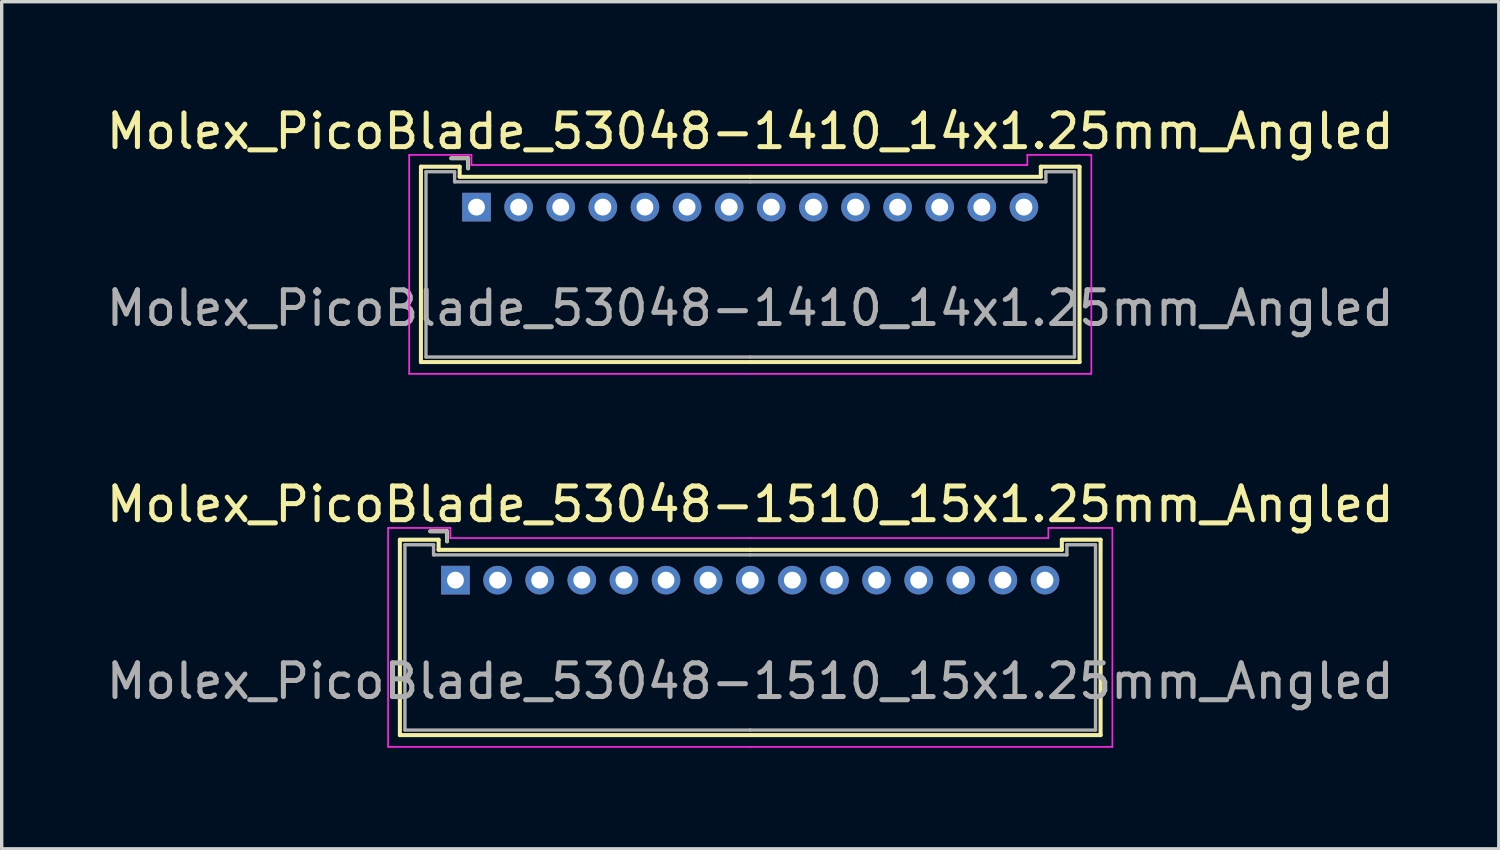
<source format=kicad_pcb>
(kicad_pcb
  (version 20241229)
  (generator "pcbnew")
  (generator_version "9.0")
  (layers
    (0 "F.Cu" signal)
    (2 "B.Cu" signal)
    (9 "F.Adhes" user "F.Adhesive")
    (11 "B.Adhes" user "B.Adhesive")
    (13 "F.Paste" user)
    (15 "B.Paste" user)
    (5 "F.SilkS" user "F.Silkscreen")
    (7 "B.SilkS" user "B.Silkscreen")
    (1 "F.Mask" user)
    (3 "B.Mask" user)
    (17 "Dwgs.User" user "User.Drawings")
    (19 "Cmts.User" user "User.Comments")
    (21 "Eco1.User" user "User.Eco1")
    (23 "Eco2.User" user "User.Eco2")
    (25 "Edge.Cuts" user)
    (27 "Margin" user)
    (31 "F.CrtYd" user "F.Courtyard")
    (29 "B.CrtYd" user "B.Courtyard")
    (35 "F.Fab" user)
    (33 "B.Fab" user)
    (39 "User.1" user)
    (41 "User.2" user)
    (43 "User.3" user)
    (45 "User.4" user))
  (footprint "Molex_PicoBlade_53048-1410_14x1.25mm_Angled"
    (layer "F.Cu")
    (at 11.095 3.098)
    (property "Reference" "Molex_PicoBlade_53048-1410_14x1.25mm_Angled" (at 8.125 -2.25 0) (layer "F.SilkS") (effects (font (size 1 1) (thickness 0.15))))
    (attr through_hole)
    (fp_line (start -1.65 -1.2) (end -1.65 4.6) (stroke (width 0.12) (type solid)) (layer "F.SilkS"))
    (fp_line (start -1.65 4.6) (end 8.125 4.6) (stroke (width 0.12) (type solid)) (layer "F.SilkS"))
    (fp_line (start -0.5 -1.2) (end -1.65 -1.2) (stroke (width 0.12) (type solid)) (layer "F.SilkS"))
    (fp_line (start -0.5 -0.9) (end -0.5 -1.2) (stroke (width 0.12) (type solid)) (layer "F.SilkS"))
    (fp_line (start -0.25 -1.45) (end -0.75 -1.45) (stroke (width 0.12) (type solid)) (layer "F.SilkS"))
    (fp_line (start -0.25 -1.15) (end -0.25 -1.45) (stroke (width 0.12) (type solid)) (layer "F.SilkS"))
    (fp_line (start 8.125 -0.9) (end -0.5 -0.9) (stroke (width 0.12) (type solid)) (layer "F.SilkS"))
    (fp_line (start 8.125 -0.9) (end 16.75 -0.9) (stroke (width 0.12) (type solid)) (layer "F.SilkS"))
    (fp_line (start 16.75 -1.2) (end 17.9 -1.2) (stroke (width 0.12) (type solid)) (layer "F.SilkS"))
    (fp_line (start 16.75 -0.9) (end 16.75 -1.2) (stroke (width 0.12) (type solid)) (layer "F.SilkS"))
    (fp_line (start 17.9 -1.2) (end 17.9 4.6) (stroke (width 0.12) (type solid)) (layer "F.SilkS"))
    (fp_line (start 17.9 4.6) (end 8.125 4.6) (stroke (width 0.12) (type solid)) (layer "F.SilkS"))
    (fp_line (start -2 -1.55) (end -2 4.95) (stroke (width 0.05) (type solid)) (layer "F.CrtYd"))
    (fp_line (start -2 4.95) (end 8.1 4.95) (stroke (width 0.05) (type solid)) (layer "F.CrtYd"))
    (fp_line (start -0.15 -1.55) (end -2 -1.55) (stroke (width 0.05) (type solid)) (layer "F.CrtYd"))
    (fp_line (start -0.15 -1.25) (end -0.15 -1.55) (stroke (width 0.05) (type solid)) (layer "F.CrtYd"))
    (fp_line (start 8.1 -1.25) (end -0.15 -1.25) (stroke (width 0.05) (type solid)) (layer "F.CrtYd"))
    (fp_line (start 8.1 -1.25) (end 16.35 -1.25) (stroke (width 0.05) (type solid)) (layer "F.CrtYd"))
    (fp_line (start 16.35 -1.55) (end 18.25 -1.55) (stroke (width 0.05) (type solid)) (layer "F.CrtYd"))
    (fp_line (start 16.35 -1.25) (end 16.35 -1.55) (stroke (width 0.05) (type solid)) (layer "F.CrtYd"))
    (fp_line (start 18.25 -1.55) (end 18.25 4.95) (stroke (width 0.05) (type solid)) (layer "F.CrtYd"))
    (fp_line (start 18.25 4.95) (end 8.1 4.95) (stroke (width 0.05) (type solid)) (layer "F.CrtYd"))
    (fp_line (start -1.5 -1.05) (end -1.5 4.45) (stroke (width 0.1) (type solid)) (layer "F.Fab"))
    (fp_line (start -1.5 4.45) (end 8.125 4.45) (stroke (width 0.1) (type solid)) (layer "F.Fab"))
    (fp_line (start -0.65 -1.05) (end -1.5 -1.05) (stroke (width 0.1) (type solid)) (layer "F.Fab"))
    (fp_line (start -0.65 -0.75) (end -0.65 -1.05) (stroke (width 0.1) (type solid)) (layer "F.Fab"))
    (fp_line (start -0.25 -1.45) (end -0.75 -1.45) (stroke (width 0.1) (type solid)) (layer "F.Fab"))
    (fp_line (start -0.25 -1.15) (end -0.25 -1.45) (stroke (width 0.1) (type solid)) (layer "F.Fab"))
    (fp_line (start 8.125 -0.75) (end -0.65 -0.75) (stroke (width 0.1) (type solid)) (layer "F.Fab"))
    (fp_line (start 8.125 -0.75) (end 16.9 -0.75) (stroke (width 0.1) (type solid)) (layer "F.Fab"))
    (fp_line (start 16.9 -1.05) (end 17.75 -1.05) (stroke (width 0.1) (type solid)) (layer "F.Fab"))
    (fp_line (start 16.9 -0.75) (end 16.9 -1.05) (stroke (width 0.1) (type solid)) (layer "F.Fab"))
    (fp_line (start 17.75 -1.05) (end 17.75 4.45) (stroke (width 0.1) (type solid)) (layer "F.Fab"))
    (fp_line (start 17.75 4.45) (end 8.125 4.45) (stroke (width 0.1) (type solid)) (layer "F.Fab"))
    (fp_text user "${REFERENCE}" (at 8.125 3 0) (layer "F.Fab") (effects (font (size 1 1) (thickness 0.15))))
    (pad "1" thru_hole rect (at 0 0) (size 0.85 0.85) (drill 0.5) (layers "*.Cu" "*.Mask"))
    (pad "2" thru_hole circle (at 1.25 0) (size 0.85 0.85) (drill 0.5) (layers "*.Cu" "*.Mask"))
    (pad "3" thru_hole circle (at 2.5 0) (size 0.85 0.85) (drill 0.5) (layers "*.Cu" "*.Mask"))
    (pad "4" thru_hole circle (at 3.75 0) (size 0.85 0.85) (drill 0.5) (layers "*.Cu" "*.Mask"))
    (pad "5" thru_hole circle (at 5 0) (size 0.85 0.85) (drill 0.5) (layers "*.Cu" "*.Mask"))
    (pad "6" thru_hole circle (at 6.25 0) (size 0.85 0.85) (drill 0.5) (layers "*.Cu" "*.Mask"))
    (pad "7" thru_hole circle (at 7.5 0) (size 0.85 0.85) (drill 0.5) (layers "*.Cu" "*.Mask"))
    (pad "8" thru_hole circle (at 8.75 0) (size 0.85 0.85) (drill 0.5) (layers "*.Cu" "*.Mask"))
    (pad "9" thru_hole circle (at 10 0) (size 0.85 0.85) (drill 0.5) (layers "*.Cu" "*.Mask"))
    (pad "10" thru_hole circle (at 11.25 0) (size 0.85 0.85) (drill 0.5) (layers "*.Cu" "*.Mask"))
    (pad "11" thru_hole circle (at 12.5 0) (size 0.85 0.85) (drill 0.5) (layers "*.Cu" "*.Mask"))
    (pad "12" thru_hole circle (at 13.75 0) (size 0.85 0.85) (drill 0.5) (layers "*.Cu" "*.Mask"))
    (pad "13" thru_hole circle (at 15 0) (size 0.85 0.85) (drill 0.5) (layers "*.Cu" "*.Mask"))
    (pad "14" thru_hole circle (at 16.25 0) (size 0.85 0.85) (drill 0.5) (layers "*.Cu" "*.Mask")))
  (footprint "Molex_PicoBlade_53048-1510_15x1.25mm_Angled"
    (layer "F.Cu")
    (at 10.47 14.171)
    (property "Reference" "Molex_PicoBlade_53048-1510_15x1.25mm_Angled" (at 8.75 -2.25 0) (layer "F.SilkS") (effects (font (size 1 1) (thickness 0.15))))
    (attr through_hole)
    (fp_line (start -1.65 -1.2) (end -1.65 4.6) (stroke (width 0.12) (type solid)) (layer "F.SilkS"))
    (fp_line (start -1.65 4.6) (end 8.75 4.6) (stroke (width 0.12) (type solid)) (layer "F.SilkS"))
    (fp_line (start -0.5 -1.2) (end -1.65 -1.2) (stroke (width 0.12) (type solid)) (layer "F.SilkS"))
    (fp_line (start -0.5 -0.9) (end -0.5 -1.2) (stroke (width 0.12) (type solid)) (layer "F.SilkS"))
    (fp_line (start -0.25 -1.45) (end -0.75 -1.45) (stroke (width 0.12) (type solid)) (layer "F.SilkS"))
    (fp_line (start -0.25 -1.15) (end -0.25 -1.45) (stroke (width 0.12) (type solid)) (layer "F.SilkS"))
    (fp_line (start 8.75 -0.9) (end -0.5 -0.9) (stroke (width 0.12) (type solid)) (layer "F.SilkS"))
    (fp_line (start 8.75 -0.9) (end 18 -0.9) (stroke (width 0.12) (type solid)) (layer "F.SilkS"))
    (fp_line (start 18 -1.2) (end 19.15 -1.2) (stroke (width 0.12) (type solid)) (layer "F.SilkS"))
    (fp_line (start 18 -0.9) (end 18 -1.2) (stroke (width 0.12) (type solid)) (layer "F.SilkS"))
    (fp_line (start 19.15 -1.2) (end 19.15 4.6) (stroke (width 0.12) (type solid)) (layer "F.SilkS"))
    (fp_line (start 19.15 4.6) (end 8.75 4.6) (stroke (width 0.12) (type solid)) (layer "F.SilkS"))
    (fp_line (start -2 -1.55) (end -2 4.95) (stroke (width 0.05) (type solid)) (layer "F.CrtYd"))
    (fp_line (start -2 4.95) (end 8.75 4.95) (stroke (width 0.05) (type solid)) (layer "F.CrtYd"))
    (fp_line (start -0.15 -1.55) (end -2 -1.55) (stroke (width 0.05) (type solid)) (layer "F.CrtYd"))
    (fp_line (start -0.15 -1.25) (end -0.15 -1.55) (stroke (width 0.05) (type solid)) (layer "F.CrtYd"))
    (fp_line (start 8.75 -1.25) (end -0.15 -1.25) (stroke (width 0.05) (type solid)) (layer "F.CrtYd"))
    (fp_line (start 8.75 -1.25) (end 17.6 -1.25) (stroke (width 0.05) (type solid)) (layer "F.CrtYd"))
    (fp_line (start 17.6 -1.55) (end 19.5 -1.55) (stroke (width 0.05) (type solid)) (layer "F.CrtYd"))
    (fp_line (start 17.6 -1.25) (end 17.6 -1.55) (stroke (width 0.05) (type solid)) (layer "F.CrtYd"))
    (fp_line (start 19.5 -1.55) (end 19.5 4.95) (stroke (width 0.05) (type solid)) (layer "F.CrtYd"))
    (fp_line (start 19.5 4.95) (end 8.75 4.95) (stroke (width 0.05) (type solid)) (layer "F.CrtYd"))
    (fp_line (start -1.5 -1.05) (end -1.5 4.45) (stroke (width 0.1) (type solid)) (layer "F.Fab"))
    (fp_line (start -1.5 4.45) (end 8.75 4.45) (stroke (width 0.1) (type solid)) (layer "F.Fab"))
    (fp_line (start -0.65 -1.05) (end -1.5 -1.05) (stroke (width 0.1) (type solid)) (layer "F.Fab"))
    (fp_line (start -0.65 -0.75) (end -0.65 -1.05) (stroke (width 0.1) (type solid)) (layer "F.Fab"))
    (fp_line (start -0.25 -1.45) (end -0.75 -1.45) (stroke (width 0.1) (type solid)) (layer "F.Fab"))
    (fp_line (start -0.25 -1.15) (end -0.25 -1.45) (stroke (width 0.1) (type solid)) (layer "F.Fab"))
    (fp_line (start 8.75 -0.75) (end -0.65 -0.75) (stroke (width 0.1) (type solid)) (layer "F.Fab"))
    (fp_line (start 8.75 -0.75) (end 18.15 -0.75) (stroke (width 0.1) (type solid)) (layer "F.Fab"))
    (fp_line (start 18.15 -1.05) (end 19 -1.05) (stroke (width 0.1) (type solid)) (layer "F.Fab"))
    (fp_line (start 18.15 -0.75) (end 18.15 -1.05) (stroke (width 0.1) (type solid)) (layer "F.Fab"))
    (fp_line (start 19 -1.05) (end 19 4.45) (stroke (width 0.1) (type solid)) (layer "F.Fab"))
    (fp_line (start 19 4.45) (end 8.75 4.45) (stroke (width 0.1) (type solid)) (layer "F.Fab"))
    (fp_text user "${REFERENCE}" (at 8.75 3 0) (layer "F.Fab") (effects (font (size 1 1) (thickness 0.15))))
    (pad "1" thru_hole rect (at 0 0) (size 0.85 0.85) (drill 0.5) (layers "*.Cu" "*.Mask"))
    (pad "2" thru_hole circle (at 1.25 0) (size 0.85 0.85) (drill 0.5) (layers "*.Cu" "*.Mask"))
    (pad "3" thru_hole circle (at 2.5 0) (size 0.85 0.85) (drill 0.5) (layers "*.Cu" "*.Mask"))
    (pad "4" thru_hole circle (at 3.75 0) (size 0.85 0.85) (drill 0.5) (layers "*.Cu" "*.Mask"))
    (pad "5" thru_hole circle (at 5 0) (size 0.85 0.85) (drill 0.5) (layers "*.Cu" "*.Mask"))
    (pad "6" thru_hole circle (at 6.25 0) (size 0.85 0.85) (drill 0.5) (layers "*.Cu" "*.Mask"))
    (pad "7" thru_hole circle (at 7.5 0) (size 0.85 0.85) (drill 0.5) (layers "*.Cu" "*.Mask"))
    (pad "8" thru_hole circle (at 8.75 0) (size 0.85 0.85) (drill 0.5) (layers "*.Cu" "*.Mask"))
    (pad "9" thru_hole circle (at 10 0) (size 0.85 0.85) (drill 0.5) (layers "*.Cu" "*.Mask"))
    (pad "10" thru_hole circle (at 11.25 0) (size 0.85 0.85) (drill 0.5) (layers "*.Cu" "*.Mask"))
    (pad "11" thru_hole circle (at 12.5 0) (size 0.85 0.85) (drill 0.5) (layers "*.Cu" "*.Mask"))
    (pad "12" thru_hole circle (at 13.75 0) (size 0.85 0.85) (drill 0.5) (layers "*.Cu" "*.Mask"))
    (pad "13" thru_hole circle (at 15 0) (size 0.85 0.85) (drill 0.5) (layers "*.Cu" "*.Mask"))
    (pad "14" thru_hole circle (at 16.25 0) (size 0.85 0.85) (drill 0.5) (layers "*.Cu" "*.Mask"))
    (pad "15" thru_hole circle (at 17.5 0) (size 0.85 0.85) (drill 0.5) (layers "*.Cu" "*.Mask")))
  (gr_rect
    (start -3 -3)
    (end 41.44 22.146)
    (stroke (width 0.1) (type default))
    (fill no)
    (layer "Edge.Cuts")))
</source>
